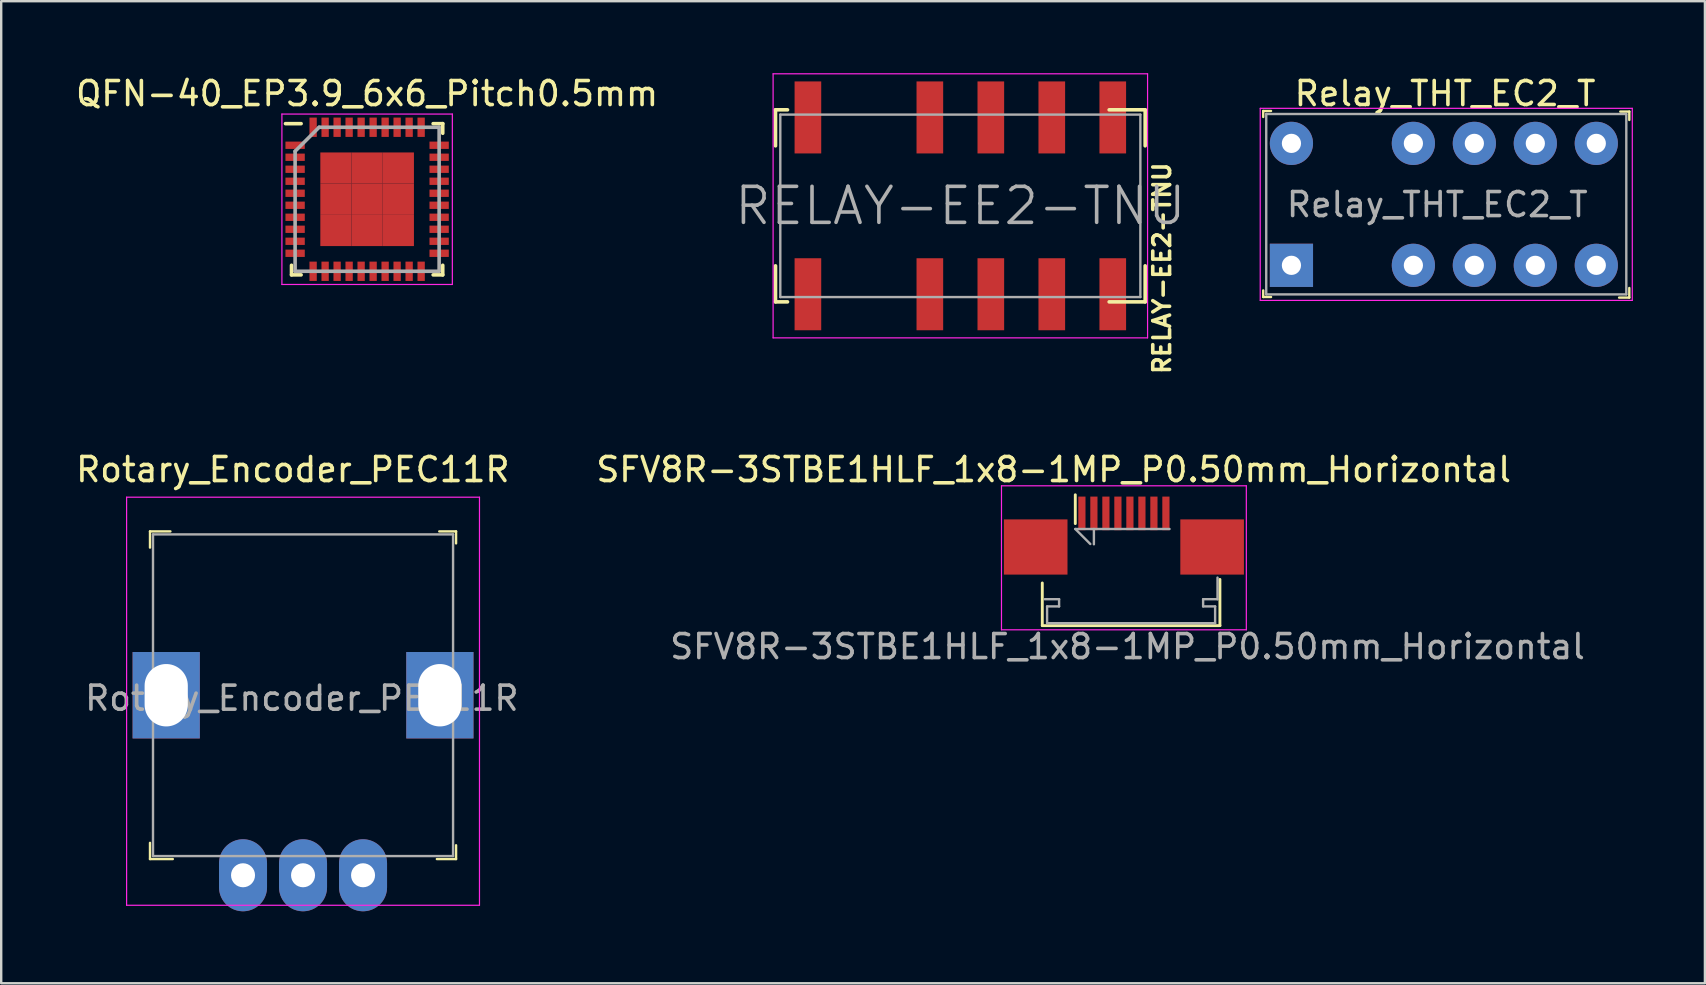
<source format=kicad_pcb>
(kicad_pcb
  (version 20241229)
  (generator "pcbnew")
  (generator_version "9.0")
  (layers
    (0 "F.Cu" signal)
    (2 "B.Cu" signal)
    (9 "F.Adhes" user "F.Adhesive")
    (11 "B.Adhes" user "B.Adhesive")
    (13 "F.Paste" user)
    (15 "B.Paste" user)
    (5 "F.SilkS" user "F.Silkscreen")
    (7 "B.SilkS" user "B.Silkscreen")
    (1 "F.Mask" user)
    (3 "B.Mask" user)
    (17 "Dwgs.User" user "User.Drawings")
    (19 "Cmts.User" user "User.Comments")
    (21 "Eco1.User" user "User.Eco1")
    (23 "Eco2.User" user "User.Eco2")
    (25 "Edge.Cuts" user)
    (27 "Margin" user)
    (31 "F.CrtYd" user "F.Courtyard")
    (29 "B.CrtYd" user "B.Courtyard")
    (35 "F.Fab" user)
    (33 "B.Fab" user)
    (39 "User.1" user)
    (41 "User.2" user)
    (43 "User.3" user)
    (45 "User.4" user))
  (footprint "Relay_THT_EC2_T"
    (layer "F.Cu")
    (at 50.749 2.923)
    (property "Reference" "Relay_THT_EC2_T" (at 6.4 -2.075 0) (layer "F.SilkS") (effects (font (size 1 1) (thickness 0.15))))
    (attr through_hole)
    (fp_line (start -1.175 -1.35) (end -1.175 -1.1) (stroke (width 0.1) (type solid)) (layer "F.SilkS"))
    (fp_line (start -1.175 6.4) (end -1.175 6.125) (stroke (width 0.1) (type solid)) (layer "F.SilkS"))
    (fp_line (start -0.85 -1.35) (end -1.175 -1.35) (stroke (width 0.1) (type solid)) (layer "F.SilkS"))
    (fp_line (start -0.85 6.4) (end -1.175 6.4) (stroke (width 0.1) (type solid)) (layer "F.SilkS"))
    (fp_line (start 13.7 -1.325) (end 14.075 -1.325) (stroke (width 0.1) (type solid)) (layer "F.SilkS"))
    (fp_line (start 14.075 -1.325) (end 14.075 -0.975) (stroke (width 0.1) (type solid)) (layer "F.SilkS"))
    (fp_line (start 14.075 6.025) (end 14.075 6.425) (stroke (width 0.1) (type solid)) (layer "F.SilkS"))
    (fp_line (start 14.075 6.425) (end 13.65 6.425) (stroke (width 0.1) (type solid)) (layer "F.SilkS"))
    (fp_line (start -1.3 -1.46) (end -1.3 6.54) (stroke (width 0.05) (type solid)) (layer "F.CrtYd"))
    (fp_line (start -1.3 -1.46) (end 14.2 -1.46) (stroke (width 0.05) (type solid)) (layer "F.CrtYd"))
    (fp_line (start 14.2 -1.46) (end 14.2 6.54) (stroke (width 0.05) (type solid)) (layer "F.CrtYd"))
    (fp_line (start 14.2 6.54) (end -1.3 6.54) (stroke (width 0.05) (type solid)) (layer "F.CrtYd"))
    (fp_line (start -1.05 -1.225) (end -1.05 6.29) (stroke (width 0.1) (type solid)) (layer "F.Fab"))
    (fp_line (start 13.95 -1.225) (end -1.05 -1.225) (stroke (width 0.1) (type solid)) (layer "F.Fab"))
    (fp_line (start 13.95 -1.21) (end 13.95 6.29) (stroke (width 0.1) (type solid)) (layer "F.Fab"))
    (fp_line (start 13.95 6.29) (end -1.05 6.29) (stroke (width 0.1) (type solid)) (layer "F.Fab"))
    (fp_text user "${REFERENCE}" (at 6.075 2.55 0) (layer "F.Fab") (effects (font (size 1 1) (thickness 0.15))))
    (pad "1" thru_hole rect (at 0 5.08) (size 1.8 1.8) (drill 0.8) (layers "*.Cu" "*.Mask"))
    (pad "3" thru_hole circle (at 5.08 5.08) (size 1.8 1.8) (drill 0.8) (layers "*.Cu" "*.Mask"))
    (pad "4" thru_hole circle (at 7.62 5.08) (size 1.8 1.8) (drill 0.8) (layers "*.Cu" "*.Mask"))
    (pad "5" thru_hole circle (at 10.16 5.08) (size 1.8 1.8) (drill 0.8) (layers "*.Cu" "*.Mask"))
    (pad "6" thru_hole circle (at 12.7 5.08) (size 1.8 1.8) (drill 0.8) (layers "*.Cu" "*.Mask"))
    (pad "7" thru_hole circle (at 12.7 0) (size 1.8 1.8) (drill 0.8) (layers "*.Cu" "*.Mask"))
    (pad "8" thru_hole circle (at 10.16 0) (size 1.8 1.8) (drill 0.8) (layers "*.Cu" "*.Mask"))
    (pad "9" thru_hole circle (at 7.62 0) (size 1.8 1.8) (drill 0.8) (layers "*.Cu" "*.Mask"))
    (pad "10" thru_hole circle (at 5.08 0) (size 1.8 1.8) (drill 0.8) (layers "*.Cu" "*.Mask"))
    (pad "12" thru_hole circle (at 0 0) (size 1.8 1.8) (drill 0.8) (layers "*.Cu" "*.Mask")))
  (footprint "QFN-40_EP3.9_6x6_Pitch0.5mm"
    (layer "F.Cu")
    (at 12.244 5.251)
    (property "Reference" "QFN-40_EP3.9_6x6_Pitch0.5mm" (at 0 -4.402 0) (layer "F.SilkS") (effects (font (size 1 1) (thickness 0.15))))
    (attr smd)
    (fp_line (start -3.15 3.15) (end -3.15 2.75) (stroke (width 0.15) (type solid)) (layer "F.SilkS"))
    (fp_line (start -2.75 -3.15) (end -3.402 -3.15) (stroke (width 0.15) (type solid)) (layer "F.SilkS"))
    (fp_line (start -2.75 3.15) (end -3.15 3.15) (stroke (width 0.15) (type solid)) (layer "F.SilkS"))
    (fp_line (start 2.75 -3.15) (end 3.15 -3.15) (stroke (width 0.15) (type solid)) (layer "F.SilkS"))
    (fp_line (start 2.75 3.15) (end 3.15 3.15) (stroke (width 0.15) (type solid)) (layer "F.SilkS"))
    (fp_line (start 3.15 -3.15) (end 3.15 -2.75) (stroke (width 0.15) (type solid)) (layer "F.SilkS"))
    (fp_line (start 3.15 3.15) (end 3.15 2.75) (stroke (width 0.15) (type solid)) (layer "F.SilkS"))
    (fp_line (start -3.55 -3.55) (end 3.55 -3.55) (stroke (width 0.05) (type solid)) (layer "F.CrtYd"))
    (fp_line (start -3.55 3.55) (end -3.55 -3.55) (stroke (width 0.05) (type solid)) (layer "F.CrtYd"))
    (fp_line (start 3.55 -3.55) (end 3.55 3.55) (stroke (width 0.05) (type solid)) (layer "F.CrtYd"))
    (fp_line (start 3.55 3.55) (end -3.55 3.55) (stroke (width 0.05) (type solid)) (layer "F.CrtYd"))
    (fp_line (start -3 -2) (end -3 3) (stroke (width 0.15) (type solid)) (layer "F.Fab"))
    (fp_line (start -3 3) (end 3 3) (stroke (width 0.15) (type solid)) (layer "F.Fab"))
    (fp_line (start -2 -3) (end -3 -2) (stroke (width 0.15) (type solid)) (layer "F.Fab"))
    (fp_line (start 3 -3) (end -2 -3) (stroke (width 0.15) (type solid)) (layer "F.Fab"))
    (fp_line (start 3 3) (end 3 -3) (stroke (width 0.15) (type solid)) (layer "F.Fab"))
    (pad "1" smd rect (at -3 -2.25 90) (size 0.305 0.805) (layers "F.Cu" "F.Mask" "F.Paste"))
    (pad "2" smd rect (at -3 -1.75 90) (size 0.305 0.805) (layers "F.Cu" "F.Mask" "F.Paste"))
    (pad "3" smd rect (at -3 -1.25 90) (size 0.305 0.805) (layers "F.Cu" "F.Mask" "F.Paste"))
    (pad "4" smd rect (at -3 -0.75 90) (size 0.305 0.805) (layers "F.Cu" "F.Mask" "F.Paste"))
    (pad "5" smd rect (at -3 -0.25 90) (size 0.305 0.805) (layers "F.Cu" "F.Mask" "F.Paste"))
    (pad "6" smd rect (at -3 0.25 90) (size 0.305 0.805) (layers "F.Cu" "F.Mask" "F.Paste"))
    (pad "7" smd rect (at -3 0.75 90) (size 0.305 0.805) (layers "F.Cu" "F.Mask" "F.Paste"))
    (pad "8" smd rect (at -3 1.25 90) (size 0.305 0.805) (layers "F.Cu" "F.Mask" "F.Paste"))
    (pad "9" smd rect (at -3 1.75 90) (size 0.305 0.805) (layers "F.Cu" "F.Mask" "F.Paste"))
    (pad "10" smd rect (at -3 2.25 90) (size 0.305 0.805) (layers "F.Cu" "F.Mask" "F.Paste"))
    (pad "11" smd rect (at -2.25 3) (size 0.305 0.805) (layers "F.Cu" "F.Mask" "F.Paste"))
    (pad "12" smd rect (at -1.75 3) (size 0.305 0.805) (layers "F.Cu" "F.Mask" "F.Paste"))
    (pad "13" smd rect (at -1.25 3) (size 0.305 0.805) (layers "F.Cu" "F.Mask" "F.Paste"))
    (pad "14" smd rect (at -0.75 3) (size 0.305 0.805) (layers "F.Cu" "F.Mask" "F.Paste"))
    (pad "15" smd rect (at -0.25 3) (size 0.305 0.805) (layers "F.Cu" "F.Mask" "F.Paste"))
    (pad "16" smd rect (at 0.25 3) (size 0.305 0.805) (layers "F.Cu" "F.Mask" "F.Paste"))
    (pad "17" smd rect (at 0.75 3) (size 0.305 0.805) (layers "F.Cu" "F.Mask" "F.Paste"))
    (pad "18" smd rect (at 1.25 3) (size 0.305 0.805) (layers "F.Cu" "F.Mask" "F.Paste"))
    (pad "19" smd rect (at 1.75 3) (size 0.305 0.805) (layers "F.Cu" "F.Mask" "F.Paste"))
    (pad "20" smd rect (at 2.25 3) (size 0.305 0.805) (layers "F.Cu" "F.Mask" "F.Paste"))
    (pad "21" smd rect (at 3 2.25 90) (size 0.305 0.805) (layers "F.Cu" "F.Mask" "F.Paste"))
    (pad "22" smd rect (at 3 1.75 90) (size 0.305 0.805) (layers "F.Cu" "F.Mask" "F.Paste"))
    (pad "23" smd rect (at 3 1.25 90) (size 0.305 0.805) (layers "F.Cu" "F.Mask" "F.Paste"))
    (pad "24" smd rect (at 3 0.75 90) (size 0.305 0.805) (layers "F.Cu" "F.Mask" "F.Paste"))
    (pad "25" smd rect (at 3 0.25 90) (size 0.305 0.805) (layers "F.Cu" "F.Mask" "F.Paste"))
    (pad "26" smd rect (at 3 -0.25 90) (size 0.305 0.805) (layers "F.Cu" "F.Mask" "F.Paste"))
    (pad "27" smd rect (at 3 -0.75 90) (size 0.305 0.805) (layers "F.Cu" "F.Mask" "F.Paste"))
    (pad "28" smd rect (at 3 -1.25 90) (size 0.305 0.805) (layers "F.Cu" "F.Mask" "F.Paste"))
    (pad "29" smd rect (at 3 -1.75 90) (size 0.305 0.805) (layers "F.Cu" "F.Mask" "F.Paste"))
    (pad "30" smd rect (at 3 -2.25 90) (size 0.305 0.805) (layers "F.Cu" "F.Mask" "F.Paste"))
    (pad "31" smd rect (at 2.25 -3) (size 0.305 0.805) (layers "F.Cu" "F.Mask" "F.Paste"))
    (pad "32" smd rect (at 1.75 -3) (size 0.305 0.805) (layers "F.Cu" "F.Mask" "F.Paste"))
    (pad "33" smd rect (at 1.25 -3) (size 0.305 0.805) (layers "F.Cu" "F.Mask" "F.Paste"))
    (pad "34" smd rect (at 0.75 -3) (size 0.305 0.805) (layers "F.Cu" "F.Mask" "F.Paste"))
    (pad "35" smd rect (at 0.25 -3) (size 0.305 0.805) (layers "F.Cu" "F.Mask" "F.Paste"))
    (pad "36" smd rect (at -0.25 -3) (size 0.305 0.805) (layers "F.Cu" "F.Mask" "F.Paste"))
    (pad "37" smd rect (at -0.75 -3) (size 0.305 0.805) (layers "F.Cu" "F.Mask" "F.Paste"))
    (pad "38" smd rect (at -1.25 -3) (size 0.305 0.805) (layers "F.Cu" "F.Mask" "F.Paste"))
    (pad "39" smd rect (at -1.75 -3) (size 0.305 0.805) (layers "F.Cu" "F.Mask" "F.Paste"))
    (pad "40" smd rect (at -2.25 -3) (size 0.305 0.805) (layers "F.Cu" "F.Mask" "F.Paste"))
    (pad "41" smd rect (at -1.3 -1.3) (size 1.3 1.3) (layers "F.Cu" "F.Mask" "F.Paste"))
    (pad "41" smd rect (at -1.3 0) (size 1.3 1.3) (layers "F.Cu" "F.Mask" "F.Paste"))
    (pad "41" smd rect (at -1.3 1.3) (size 1.3 1.3) (layers "F.Cu" "F.Mask" "F.Paste"))
    (pad "41" smd rect (at 0 -1.3) (size 1.3 1.3) (layers "F.Cu" "F.Mask" "F.Paste"))
    (pad "41" smd rect (at 0 0) (size 1.3 1.3) (layers "F.Cu" "F.Mask" "F.Paste"))
    (pad "41" smd rect (at 0 1.3) (size 1.3 1.3) (layers "F.Cu" "F.Mask" "F.Paste"))
    (pad "41" smd rect (at 1.3 -1.3) (size 1.3 1.3) (layers "F.Cu" "F.Mask" "F.Paste"))
    (pad "41" smd rect (at 1.3 0) (size 1.3 1.3) (layers "F.Cu" "F.Mask" "F.Paste"))
    (pad "41" smd rect (at 1.3 1.3) (size 1.3 1.3) (layers "F.Cu" "F.Mask" "F.Paste")))
  (footprint "RELAY-EE2-TNU"
    (layer "F.Cu")
    (at 36.956 5.525)
    (property "Reference" "RELAY-EE2-TNU" (at 8.4 2.6 90) (layer "F.SilkS") (effects (font (size 0.7 0.7) (thickness 0.15))))
    (attr through_hole)
    (fp_line (start -7.7 -4) (end -7.7 -2.5) (stroke (width 0.15) (type solid)) (layer "F.SilkS"))
    (fp_line (start -7.7 4) (end -7.7 2.5) (stroke (width 0.15) (type solid)) (layer "F.SilkS"))
    (fp_line (start -7.2 -4) (end -7.7 -4) (stroke (width 0.15) (type solid)) (layer "F.SilkS"))
    (fp_line (start -7.2 4) (end -7.7 4) (stroke (width 0.15) (type solid)) (layer "F.SilkS"))
    (fp_line (start 7.7 -4) (end 6.2 -4) (stroke (width 0.15) (type solid)) (layer "F.SilkS"))
    (fp_line (start 7.7 -4) (end 7.7 -2.5) (stroke (width 0.15) (type solid)) (layer "F.SilkS"))
    (fp_line (start 7.7 4) (end 6.2 4) (stroke (width 0.15) (type solid)) (layer "F.SilkS"))
    (fp_line (start 7.7 4) (end 7.7 2.5) (stroke (width 0.15) (type solid)) (layer "F.SilkS"))
    (fp_line (start -7.8 -5.5) (end 7.8 -5.5) (stroke (width 0.05) (type solid)) (layer "F.CrtYd"))
    (fp_line (start -7.8 5.5) (end -7.8 -5.5) (stroke (width 0.05) (type solid)) (layer "F.CrtYd"))
    (fp_line (start 7.8 -5.5) (end 7.8 5.5) (stroke (width 0.05) (type solid)) (layer "F.CrtYd"))
    (fp_line (start 7.8 5.5) (end -7.8 5.5) (stroke (width 0.05) (type solid)) (layer "F.CrtYd"))
    (fp_line (start -7.5 -3.8) (end 7.5 -3.8) (stroke (width 0.1) (type solid)) (layer "F.Fab"))
    (fp_line (start -7.5 3.8) (end -7.5 -3.8) (stroke (width 0.1) (type solid)) (layer "F.Fab"))
    (fp_line (start 7.5 -3.8) (end 7.5 3.8) (stroke (width 0.1) (type solid)) (layer "F.Fab"))
    (fp_line (start 7.5 3.8) (end -7.5 3.8) (stroke (width 0.1) (type solid)) (layer "F.Fab"))
    (fp_text user "${REFERENCE}" (at 0 0 0) (layer "F.Fab") (effects (font (size 1.5 1.5) (thickness 0.15))))
    (pad "1" smd rect (at -6.35 -3.683) (size 1.11 3) (layers "F.Cu" "F.Mask" "F.Paste"))
    (pad "3" smd rect (at -1.27 -3.683) (size 1.11 3) (layers "F.Cu" "F.Mask" "F.Paste"))
    (pad "4" smd rect (at 1.27 -3.683) (size 1.11 3) (layers "F.Cu" "F.Mask" "F.Paste"))
    (pad "5" smd rect (at 3.81 -3.683) (size 1.11 3) (layers "F.Cu" "F.Mask" "F.Paste"))
    (pad "6" smd rect (at 6.35 -3.683) (size 1.11 3) (layers "F.Cu" "F.Mask" "F.Paste"))
    (pad "7" smd rect (at 6.35 3.683) (size 1.11 3) (layers "F.Cu" "F.Mask" "F.Paste"))
    (pad "8" smd rect (at 3.81 3.683) (size 1.11 3) (layers "F.Cu" "F.Mask" "F.Paste"))
    (pad "9" smd rect (at 1.27 3.683) (size 1.11 3) (layers "F.Cu" "F.Mask" "F.Paste"))
    (pad "10" smd rect (at -1.27 3.683) (size 1.11 3) (layers "F.Cu" "F.Mask" "F.Paste"))
    (pad "12" smd rect (at -6.35 3.683) (size 1.11 3) (layers "F.Cu" "F.Mask" "F.Paste")))
  (footprint "Rotary_Encoder_PEC11R"
    (layer "F.Cu")
    (at 3.874 25.912)
    (property "Reference" "Rotary_Encoder_PEC11R" (at 5.275 -9.4 0) (layer "F.SilkS") (effects (font (size 1 1) (thickness 0.15))))
    (attr through_hole)
    (fp_line (start -0.675 -6.825) (end -0.675 -6.15) (stroke (width 0.1) (type solid)) (layer "F.SilkS"))
    (fp_line (start -0.675 6.825) (end -0.675 6.15) (stroke (width 0.1) (type solid)) (layer "F.SilkS"))
    (fp_line (start 0.175 -6.825) (end -0.675 -6.825) (stroke (width 0.1) (type solid)) (layer "F.SilkS"))
    (fp_line (start 0.275 6.825) (end -0.675 6.825) (stroke (width 0.1) (type solid)) (layer "F.SilkS"))
    (fp_line (start 11.375 -6.825) (end 12.075 -6.825) (stroke (width 0.1) (type solid)) (layer "F.SilkS"))
    (fp_line (start 12.075 -6.825) (end 12.075 -6.325) (stroke (width 0.1) (type solid)) (layer "F.SilkS"))
    (fp_line (start 12.075 6.25) (end 12.075 6.825) (stroke (width 0.1) (type solid)) (layer "F.SilkS"))
    (fp_line (start 12.075 6.825) (end 11.275 6.825) (stroke (width 0.1) (type solid)) (layer "F.SilkS"))
    (fp_line (start -1.65 -8.25) (end 13.05 -8.25) (stroke (width 0.05) (type solid)) (layer "F.CrtYd"))
    (fp_line (start -1.65 8.75) (end -1.65 -8.25) (stroke (width 0.05) (type solid)) (layer "F.CrtYd"))
    (fp_line (start 13.05 -8.25) (end 13.05 8.75) (stroke (width 0.05) (type solid)) (layer "F.CrtYd"))
    (fp_line (start 13.05 8.75) (end -1.65 8.75) (stroke (width 0.05) (type solid)) (layer "F.CrtYd"))
    (fp_line (start -0.55 -6.7) (end -0.55 6.7) (stroke (width 0.1) (type solid)) (layer "F.Fab"))
    (fp_line (start -0.55 -6.7) (end 11.95 -6.7) (stroke (width 0.1) (type solid)) (layer "F.Fab"))
    (fp_line (start -0.55 6.7) (end 11.95 6.7) (stroke (width 0.1) (type solid)) (layer "F.Fab"))
    (fp_line (start 11.95 -6.7) (end 11.95 6.7) (stroke (width 0.1) (type solid)) (layer "F.Fab"))
    (fp_text user "${REFERENCE}" (at 5.65 0.125 0) (layer "F.Fab") (effects (font (size 1 1) (thickness 0.15))))
    (pad "3" thru_hole rect (at 0 0) (size 2.8 3.6) (drill oval 1.8 2.6) (layers "*.Cu" "*.Mask"))
    (pad "3" thru_hole rect (at 11.4 0) (size 2.8 3.6) (drill oval 1.8 2.6) (layers "*.Cu" "*.Mask"))
    (pad "A" thru_hole oval (at 3.2 7.5) (size 2 3) (drill 1) (layers "*.Cu" "*.Mask"))
    (pad "B" thru_hole oval (at 8.2 7.5) (size 2 3) (drill 1) (layers "*.Cu" "*.Mask"))
    (pad "C" thru_hole oval (at 5.7 7.5) (size 2 3) (drill 1) (layers "*.Cu" "*.Mask")))
  (footprint "SFV8R-3STBE1HLF_1x8-1MP_P0.50mm_Horizontal"
    (layer "F.Cu")
    (at 43.845 19.737)
    (property "Reference" "SFV8R-3STBE1HLF_1x8-1MP_P0.50mm_Horizontal" (at -3 -3.225 0) (layer "F.SilkS") (effects (font (size 1 1) (thickness 0.15))))
    (attr smd)
    (fp_line (start -3.475 1.499) (end -3.475 3.275) (stroke (width 0.12) (type solid)) (layer "F.SilkS"))
    (fp_line (start -3.475 3.275) (end 3.925 3.275) (stroke (width 0.12) (type solid)) (layer "F.SilkS"))
    (fp_line (start -2.1 -0.975) (end -2.1 -2.175) (stroke (width 0.12) (type solid)) (layer "F.SilkS"))
    (fp_line (start 3.925 3.275) (end 3.925 1.35) (stroke (width 0.12) (type solid)) (layer "F.SilkS"))
    (fp_line (start -5.175 -2.55) (end -5.175 3.45) (stroke (width 0.05) (type solid)) (layer "F.CrtYd"))
    (fp_line (start -5.175 3.45) (end 5.025 3.45) (stroke (width 0.05) (type solid)) (layer "F.CrtYd"))
    (fp_line (start 5.025 -2.55) (end -5.175 -2.55) (stroke (width 0.05) (type solid)) (layer "F.CrtYd"))
    (fp_line (start 5.025 3.45) (end 5.025 -2.55) (stroke (width 0.05) (type solid)) (layer "F.CrtYd"))
    (fp_line (start -3.375 2.175) (end -2.775 2.175) (stroke (width 0.1) (type solid)) (layer "F.Fab"))
    (fp_line (start -3.275 2.475) (end -3.275 3.175) (stroke (width 0.1) (type solid)) (layer "F.Fab"))
    (fp_line (start -3.275 3.175) (end 3.725 3.175) (stroke (width 0.1) (type solid)) (layer "F.Fab"))
    (fp_line (start -2.775 2.175) (end -2.775 2.475) (stroke (width 0.1) (type solid)) (layer "F.Fab"))
    (fp_line (start -2.775 2.475) (end -3.275 2.475) (stroke (width 0.1) (type solid)) (layer "F.Fab"))
    (fp_line (start -2.1 -0.75) (end -1.475 -0.125) (stroke (width 0.1) (type solid)) (layer "F.Fab"))
    (fp_line (start -1.325 -0.113) (end -1.325 -0.75) (stroke (width 0.1) (type solid)) (layer "F.Fab"))
    (fp_line (start 1.826 -0.75) (end -2.1 -0.75) (stroke (width 0.1) (type solid)) (layer "F.Fab"))
    (fp_line (start 3.225 2.175) (end 3.225 2.475) (stroke (width 0.1) (type solid)) (layer "F.Fab"))
    (fp_line (start 3.225 2.475) (end 3.725 2.475) (stroke (width 0.1) (type solid)) (layer "F.Fab"))
    (fp_line (start 3.725 2.475) (end 3.725 3.175) (stroke (width 0.1) (type solid)) (layer "F.Fab"))
    (fp_line (start 3.825 1.275) (end 3.825 2.175) (stroke (width 0.1) (type solid)) (layer "F.Fab"))
    (fp_line (start 3.825 2.175) (end 3.225 2.175) (stroke (width 0.1) (type solid)) (layer "F.Fab"))
    (fp_text user "${REFERENCE}" (at 0.075 4.15 0) (layer "F.Fab") (effects (font (size 1 1) (thickness 0.15))))
    (pad "1" smd rect (at -1.825 -1.4) (size 0.3 1.4) (layers "F.Cu" "F.Mask" "F.Paste"))
    (pad "2" smd rect (at -1.325 -1.4) (size 0.3 1.4) (layers "F.Cu" "F.Mask" "F.Paste"))
    (pad "3" smd rect (at -0.825 -1.4) (size 0.3 1.4) (layers "F.Cu" "F.Mask" "F.Paste"))
    (pad "4" smd rect (at -0.325 -1.4) (size 0.3 1.4) (layers "F.Cu" "F.Mask" "F.Paste"))
    (pad "5" smd rect (at 0.175 -1.4) (size 0.3 1.4) (layers "F.Cu" "F.Mask" "F.Paste"))
    (pad "6" smd rect (at 0.675 -1.4) (size 0.3 1.4) (layers "F.Cu" "F.Mask" "F.Paste"))
    (pad "7" smd rect (at 1.175 -1.4) (size 0.3 1.4) (layers "F.Cu" "F.Mask" "F.Paste"))
    (pad "8" smd rect (at 1.675 -1.4) (size 0.3 1.4) (layers "F.Cu" "F.Mask" "F.Paste"))
    (pad "MP" smd rect (at -3.75 0) (size 2.65 2.3) (layers "F.Cu" "F.Mask" "F.Paste"))
    (pad "MP" smd rect (at 3.6 0) (size 2.65 2.3) (layers "F.Cu" "F.Mask" "F.Paste")))
  (gr_rect
    (start -3 -3)
    (end 67.974 37.912)
    (stroke (width 0.1) (type default))
    (fill no)
    (layer "Edge.Cuts")))
</source>
